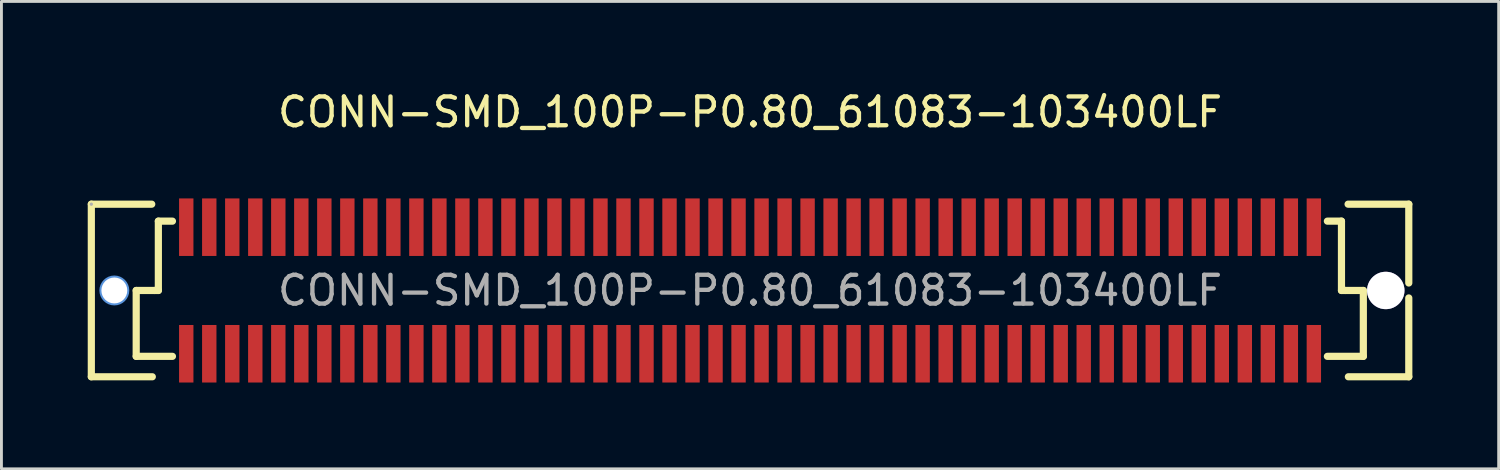
<source format=kicad_pcb>
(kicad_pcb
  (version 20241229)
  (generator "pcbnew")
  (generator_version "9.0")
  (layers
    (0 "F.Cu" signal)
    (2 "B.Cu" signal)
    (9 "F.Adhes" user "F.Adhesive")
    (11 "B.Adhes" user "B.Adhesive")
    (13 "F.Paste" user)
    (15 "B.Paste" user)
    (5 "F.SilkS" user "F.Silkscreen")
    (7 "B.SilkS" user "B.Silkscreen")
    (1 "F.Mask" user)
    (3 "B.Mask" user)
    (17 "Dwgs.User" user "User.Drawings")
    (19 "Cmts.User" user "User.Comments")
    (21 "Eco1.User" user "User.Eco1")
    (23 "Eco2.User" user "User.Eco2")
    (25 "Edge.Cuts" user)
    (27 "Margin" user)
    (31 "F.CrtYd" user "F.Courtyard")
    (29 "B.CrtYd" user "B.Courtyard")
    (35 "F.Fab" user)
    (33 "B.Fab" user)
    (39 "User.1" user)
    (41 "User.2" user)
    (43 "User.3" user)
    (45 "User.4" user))
  (footprint "CONN-SMD_100P-P0.80_61083-103400LF"
    (layer "F.Cu")
    (at 23.025 7.048)
    (property "Reference" "CONN-SMD_100P-P0.80_61083-103400LF" (at 0 -6.2 0) (layer "F.SilkS") (effects (font (size 1 1) (thickness 0.15))))
    (attr smd)
    (fp_line (start -22.9 -3) (end -22.9 3) (stroke (width 0.25) (type solid)) (layer "F.SilkS"))
    (fp_line (start -22.9 -3) (end -20.8 -3) (stroke (width 0.25) (type solid)) (layer "F.SilkS"))
    (fp_line (start -22.9 3) (end -20.78 3) (stroke (width 0.25) (type solid)) (layer "F.SilkS"))
    (fp_line (start -21.34 0) (end -20.7 0) (stroke (width 0.25) (type solid)) (layer "F.SilkS"))
    (fp_line (start -21.34 2.29) (end -21.34 0) (stroke (width 0.25) (type solid)) (layer "F.SilkS"))
    (fp_line (start -20.7 0) (end -20.57 0) (stroke (width 0.25) (type solid)) (layer "F.SilkS"))
    (fp_line (start -20.57 -2.41) (end -20.08 -2.41) (stroke (width 0.25) (type solid)) (layer "F.SilkS"))
    (fp_line (start -20.57 0) (end -20.57 -2.41) (stroke (width 0.25) (type solid)) (layer "F.SilkS"))
    (fp_line (start -20.08 2.29) (end -21.34 2.29) (stroke (width 0.25) (type solid)) (layer "F.SilkS"))
    (fp_line (start 20.07 2.29) (end 21.32 2.29) (stroke (width 0.25) (type solid)) (layer "F.SilkS"))
    (fp_line (start 20.56 -2.41) (end 20.07 -2.41) (stroke (width 0.25) (type solid)) (layer "F.SilkS"))
    (fp_line (start 20.56 0) (end 20.56 -2.41) (stroke (width 0.25) (type solid)) (layer "F.SilkS"))
    (fp_line (start 20.69 0) (end 20.56 0) (stroke (width 0.25) (type solid)) (layer "F.SilkS"))
    (fp_line (start 21.32 0) (end 20.69 0) (stroke (width 0.25) (type solid)) (layer "F.SilkS"))
    (fp_line (start 21.32 2.29) (end 21.32 0) (stroke (width 0.25) (type solid)) (layer "F.SilkS"))
    (fp_line (start 22.9 -3) (end 20.79 -3) (stroke (width 0.25) (type solid)) (layer "F.SilkS"))
    (fp_line (start 22.9 -3) (end 22.9 -0.26) (stroke (width 0.25) (type solid)) (layer "F.SilkS"))
    (fp_line (start 22.9 0.26) (end 22.9 3) (stroke (width 0.25) (type solid)) (layer "F.SilkS"))
    (fp_line (start 22.9 3) (end 20.8 3) (stroke (width 0.25) (type solid)) (layer "F.SilkS"))
    (fp_circle (center -22.1 0) (end -21.93 0) (stroke (width 0.35) (type solid)) (fill no) (layer "Cmts.User"))
    (fp_circle (center 22.1 0) (end 22.38 0) (stroke (width 0.55) (type solid)) (fill no) (layer "Cmts.User"))
    (fp_circle (center -22.9 -3) (end -22.87 -3) (stroke (width 0.06) (type solid)) (fill no) (layer "F.Fab"))
    (fp_text user "${REFERENCE}" (at 0 0 0) (layer "F.Fab") (effects (font (size 1 1) (thickness 0.15))))
    (pad "" thru_hole circle (at -22.1 0) (size 0.9 0.9) (drill 0.9) (layers "*.Cu" "*.Mask"))
    (pad "" thru_hole circle (at 22.1 0) (size 1.3 1.3) (drill 1.3) (layers "*.Cu" "*.Mask"))
    (pad "1" smd rect (at -19.6 -2.2 180) (size 0.5 2) (layers "F.Cu" "F.Mask" "F.Paste"))
    (pad "2" smd rect (at -19.6 2.2 180) (size 0.5 2) (layers "F.Cu" "F.Mask" "F.Paste"))
    (pad "3" smd rect (at -18.8 -2.2 180) (size 0.5 2) (layers "F.Cu" "F.Mask" "F.Paste"))
    (pad "4" smd rect (at -18.8 2.2 180) (size 0.5 2) (layers "F.Cu" "F.Mask" "F.Paste"))
    (pad "5" smd rect (at -18 -2.2 180) (size 0.5 2) (layers "F.Cu" "F.Mask" "F.Paste"))
    (pad "6" smd rect (at -18 2.2 180) (size 0.5 2) (layers "F.Cu" "F.Mask" "F.Paste"))
    (pad "7" smd rect (at -17.2 -2.2 180) (size 0.5 2) (layers "F.Cu" "F.Mask" "F.Paste"))
    (pad "8" smd rect (at -17.2 2.2 180) (size 0.5 2) (layers "F.Cu" "F.Mask" "F.Paste"))
    (pad "9" smd rect (at -16.4 -2.2 180) (size 0.5 2) (layers "F.Cu" "F.Mask" "F.Paste"))
    (pad "10" smd rect (at -16.4 2.2 180) (size 0.5 2) (layers "F.Cu" "F.Mask" "F.Paste"))
    (pad "11" smd rect (at -15.6 -2.2 180) (size 0.5 2) (layers "F.Cu" "F.Mask" "F.Paste"))
    (pad "12" smd rect (at -15.6 2.2 180) (size 0.5 2) (layers "F.Cu" "F.Mask" "F.Paste"))
    (pad "13" smd rect (at -14.8 -2.2 180) (size 0.5 2) (layers "F.Cu" "F.Mask" "F.Paste"))
    (pad "14" smd rect (at -14.8 2.2 180) (size 0.5 2) (layers "F.Cu" "F.Mask" "F.Paste"))
    (pad "15" smd rect (at -14 -2.2 180) (size 0.5 2) (layers "F.Cu" "F.Mask" "F.Paste"))
    (pad "16" smd rect (at -14 2.2 180) (size 0.5 2) (layers "F.Cu" "F.Mask" "F.Paste"))
    (pad "17" smd rect (at -13.2 -2.2 180) (size 0.5 2) (layers "F.Cu" "F.Mask" "F.Paste"))
    (pad "18" smd rect (at -13.2 2.2 180) (size 0.5 2) (layers "F.Cu" "F.Mask" "F.Paste"))
    (pad "19" smd rect (at -12.4 -2.2 180) (size 0.5 2) (layers "F.Cu" "F.Mask" "F.Paste"))
    (pad "20" smd rect (at -12.4 2.2 180) (size 0.5 2) (layers "F.Cu" "F.Mask" "F.Paste"))
    (pad "21" smd rect (at -11.6 -2.2 180) (size 0.5 2) (layers "F.Cu" "F.Mask" "F.Paste"))
    (pad "22" smd rect (at -11.6 2.2 180) (size 0.5 2) (layers "F.Cu" "F.Mask" "F.Paste"))
    (pad "23" smd rect (at -10.8 -2.2 180) (size 0.5 2) (layers "F.Cu" "F.Mask" "F.Paste"))
    (pad "24" smd rect (at -10.8 2.2 180) (size 0.5 2) (layers "F.Cu" "F.Mask" "F.Paste"))
    (pad "25" smd rect (at -10 -2.2 180) (size 0.5 2) (layers "F.Cu" "F.Mask" "F.Paste"))
    (pad "26" smd rect (at -10 2.2 180) (size 0.5 2) (layers "F.Cu" "F.Mask" "F.Paste"))
    (pad "27" smd rect (at -9.2 -2.2 180) (size 0.5 2) (layers "F.Cu" "F.Mask" "F.Paste"))
    (pad "28" smd rect (at -9.2 2.2 180) (size 0.5 2) (layers "F.Cu" "F.Mask" "F.Paste"))
    (pad "29" smd rect (at -8.4 -2.2 180) (size 0.5 2) (layers "F.Cu" "F.Mask" "F.Paste"))
    (pad "30" smd rect (at -8.4 2.2 180) (size 0.5 2) (layers "F.Cu" "F.Mask" "F.Paste"))
    (pad "31" smd rect (at -7.6 -2.2 180) (size 0.5 2) (layers "F.Cu" "F.Mask" "F.Paste"))
    (pad "32" smd rect (at -7.6 2.2 180) (size 0.5 2) (layers "F.Cu" "F.Mask" "F.Paste"))
    (pad "33" smd rect (at -6.8 -2.2 180) (size 0.5 2) (layers "F.Cu" "F.Mask" "F.Paste"))
    (pad "34" smd rect (at -6.8 2.2 180) (size 0.5 2) (layers "F.Cu" "F.Mask" "F.Paste"))
    (pad "35" smd rect (at -6 -2.2 180) (size 0.5 2) (layers "F.Cu" "F.Mask" "F.Paste"))
    (pad "36" smd rect (at -6 2.2 180) (size 0.5 2) (layers "F.Cu" "F.Mask" "F.Paste"))
    (pad "37" smd rect (at -5.2 -2.2 180) (size 0.5 2) (layers "F.Cu" "F.Mask" "F.Paste"))
    (pad "38" smd rect (at -5.2 2.2 180) (size 0.5 2) (layers "F.Cu" "F.Mask" "F.Paste"))
    (pad "39" smd rect (at -4.4 -2.2 180) (size 0.5 2) (layers "F.Cu" "F.Mask" "F.Paste"))
    (pad "40" smd rect (at -4.4 2.2 180) (size 0.5 2) (layers "F.Cu" "F.Mask" "F.Paste"))
    (pad "41" smd rect (at -3.6 -2.2 180) (size 0.5 2) (layers "F.Cu" "F.Mask" "F.Paste"))
    (pad "42" smd rect (at -3.6 2.2 180) (size 0.5 2) (layers "F.Cu" "F.Mask" "F.Paste"))
    (pad "43" smd rect (at -2.8 -2.2 180) (size 0.5 2) (layers "F.Cu" "F.Mask" "F.Paste"))
    (pad "44" smd rect (at -2.8 2.2 180) (size 0.5 2) (layers "F.Cu" "F.Mask" "F.Paste"))
    (pad "45" smd rect (at -2 -2.2 180) (size 0.5 2) (layers "F.Cu" "F.Mask" "F.Paste"))
    (pad "46" smd rect (at -2 2.2 180) (size 0.5 2) (layers "F.Cu" "F.Mask" "F.Paste"))
    (pad "47" smd rect (at -1.2 -2.2 180) (size 0.5 2) (layers "F.Cu" "F.Mask" "F.Paste"))
    (pad "48" smd rect (at -1.2 2.2 180) (size 0.5 2) (layers "F.Cu" "F.Mask" "F.Paste"))
    (pad "49" smd rect (at -0.4 -2.2 180) (size 0.5 2) (layers "F.Cu" "F.Mask" "F.Paste"))
    (pad "50" smd rect (at -0.4 2.2 180) (size 0.5 2) (layers "F.Cu" "F.Mask" "F.Paste"))
    (pad "51" smd rect (at 0.4 -2.2 180) (size 0.5 2) (layers "F.Cu" "F.Mask" "F.Paste"))
    (pad "52" smd rect (at 0.4 2.2 180) (size 0.5 2) (layers "F.Cu" "F.Mask" "F.Paste"))
    (pad "53" smd rect (at 1.2 -2.2 180) (size 0.5 2) (layers "F.Cu" "F.Mask" "F.Paste"))
    (pad "54" smd rect (at 1.2 2.2 180) (size 0.5 2) (layers "F.Cu" "F.Mask" "F.Paste"))
    (pad "55" smd rect (at 2 -2.2 180) (size 0.5 2) (layers "F.Cu" "F.Mask" "F.Paste"))
    (pad "56" smd rect (at 2 2.2 180) (size 0.5 2) (layers "F.Cu" "F.Mask" "F.Paste"))
    (pad "57" smd rect (at 2.8 -2.2 180) (size 0.5 2) (layers "F.Cu" "F.Mask" "F.Paste"))
    (pad "58" smd rect (at 2.8 2.2 180) (size 0.5 2) (layers "F.Cu" "F.Mask" "F.Paste"))
    (pad "59" smd rect (at 3.6 -2.2 180) (size 0.5 2) (layers "F.Cu" "F.Mask" "F.Paste"))
    (pad "60" smd rect (at 3.6 2.2 180) (size 0.5 2) (layers "F.Cu" "F.Mask" "F.Paste"))
    (pad "61" smd rect (at 4.4 -2.2 180) (size 0.5 2) (layers "F.Cu" "F.Mask" "F.Paste"))
    (pad "62" smd rect (at 4.4 2.2 180) (size 0.5 2) (layers "F.Cu" "F.Mask" "F.Paste"))
    (pad "63" smd rect (at 5.2 -2.2 180) (size 0.5 2) (layers "F.Cu" "F.Mask" "F.Paste"))
    (pad "64" smd rect (at 5.2 2.2 180) (size 0.5 2) (layers "F.Cu" "F.Mask" "F.Paste"))
    (pad "65" smd rect (at 6 -2.2 180) (size 0.5 2) (layers "F.Cu" "F.Mask" "F.Paste"))
    (pad "66" smd rect (at 6 2.2 180) (size 0.5 2) (layers "F.Cu" "F.Mask" "F.Paste"))
    (pad "67" smd rect (at 6.8 -2.2 180) (size 0.5 2) (layers "F.Cu" "F.Mask" "F.Paste"))
    (pad "68" smd rect (at 6.8 2.2 180) (size 0.5 2) (layers "F.Cu" "F.Mask" "F.Paste"))
    (pad "69" smd rect (at 7.6 -2.2 180) (size 0.5 2) (layers "F.Cu" "F.Mask" "F.Paste"))
    (pad "70" smd rect (at 7.6 2.2 180) (size 0.5 2) (layers "F.Cu" "F.Mask" "F.Paste"))
    (pad "71" smd rect (at 8.4 -2.2 180) (size 0.5 2) (layers "F.Cu" "F.Mask" "F.Paste"))
    (pad "72" smd rect (at 8.4 2.2 180) (size 0.5 2) (layers "F.Cu" "F.Mask" "F.Paste"))
    (pad "73" smd rect (at 9.2 -2.2 180) (size 0.5 2) (layers "F.Cu" "F.Mask" "F.Paste"))
    (pad "74" smd rect (at 9.2 2.2 180) (size 0.5 2) (layers "F.Cu" "F.Mask" "F.Paste"))
    (pad "75" smd rect (at 10 -2.2 180) (size 0.5 2) (layers "F.Cu" "F.Mask" "F.Paste"))
    (pad "76" smd rect (at 10 2.2 180) (size 0.5 2) (layers "F.Cu" "F.Mask" "F.Paste"))
    (pad "77" smd rect (at 10.8 -2.2 180) (size 0.5 2) (layers "F.Cu" "F.Mask" "F.Paste"))
    (pad "78" smd rect (at 10.8 2.2 180) (size 0.5 2) (layers "F.Cu" "F.Mask" "F.Paste"))
    (pad "79" smd rect (at 11.6 -2.2 180) (size 0.5 2) (layers "F.Cu" "F.Mask" "F.Paste"))
    (pad "80" smd rect (at 11.6 2.2 180) (size 0.5 2) (layers "F.Cu" "F.Mask" "F.Paste"))
    (pad "81" smd rect (at 12.4 -2.2 180) (size 0.5 2) (layers "F.Cu" "F.Mask" "F.Paste"))
    (pad "82" smd rect (at 12.4 2.2 180) (size 0.5 2) (layers "F.Cu" "F.Mask" "F.Paste"))
    (pad "83" smd rect (at 13.2 -2.2 180) (size 0.5 2) (layers "F.Cu" "F.Mask" "F.Paste"))
    (pad "84" smd rect (at 13.2 2.2 180) (size 0.5 2) (layers "F.Cu" "F.Mask" "F.Paste"))
    (pad "85" smd rect (at 14 -2.2 180) (size 0.5 2) (layers "F.Cu" "F.Mask" "F.Paste"))
    (pad "86" smd rect (at 14 2.2 180) (size 0.5 2) (layers "F.Cu" "F.Mask" "F.Paste"))
    (pad "87" smd rect (at 14.8 -2.2 180) (size 0.5 2) (layers "F.Cu" "F.Mask" "F.Paste"))
    (pad "88" smd rect (at 14.8 2.2 180) (size 0.5 2) (layers "F.Cu" "F.Mask" "F.Paste"))
    (pad "89" smd rect (at 15.6 -2.2 180) (size 0.5 2) (layers "F.Cu" "F.Mask" "F.Paste"))
    (pad "90" smd rect (at 15.6 2.2 180) (size 0.5 2) (layers "F.Cu" "F.Mask" "F.Paste"))
    (pad "91" smd rect (at 16.4 -2.2 180) (size 0.5 2) (layers "F.Cu" "F.Mask" "F.Paste"))
    (pad "92" smd rect (at 16.4 2.2 180) (size 0.5 2) (layers "F.Cu" "F.Mask" "F.Paste"))
    (pad "93" smd rect (at 17.2 -2.2 180) (size 0.5 2) (layers "F.Cu" "F.Mask" "F.Paste"))
    (pad "94" smd rect (at 17.2 2.2 180) (size 0.5 2) (layers "F.Cu" "F.Mask" "F.Paste"))
    (pad "95" smd rect (at 18 -2.2 180) (size 0.5 2) (layers "F.Cu" "F.Mask" "F.Paste"))
    (pad "96" smd rect (at 18 2.2 180) (size 0.5 2) (layers "F.Cu" "F.Mask" "F.Paste"))
    (pad "97" smd rect (at 18.8 -2.2 180) (size 0.5 2) (layers "F.Cu" "F.Mask" "F.Paste"))
    (pad "98" smd rect (at 18.8 2.2 180) (size 0.5 2) (layers "F.Cu" "F.Mask" "F.Paste"))
    (pad "99" smd rect (at 19.6 -2.2 180) (size 0.5 2) (layers "F.Cu" "F.Mask" "F.Paste"))
    (pad "100" smd rect (at 19.6 2.2 180) (size 0.5 2) (layers "F.Cu" "F.Mask" "F.Paste")))
  (gr_rect
    (start -3 -3)
    (end 49.05 13.248)
    (stroke (width 0.1) (type default))
    (fill no)
    (layer "Edge.Cuts")))
</source>
